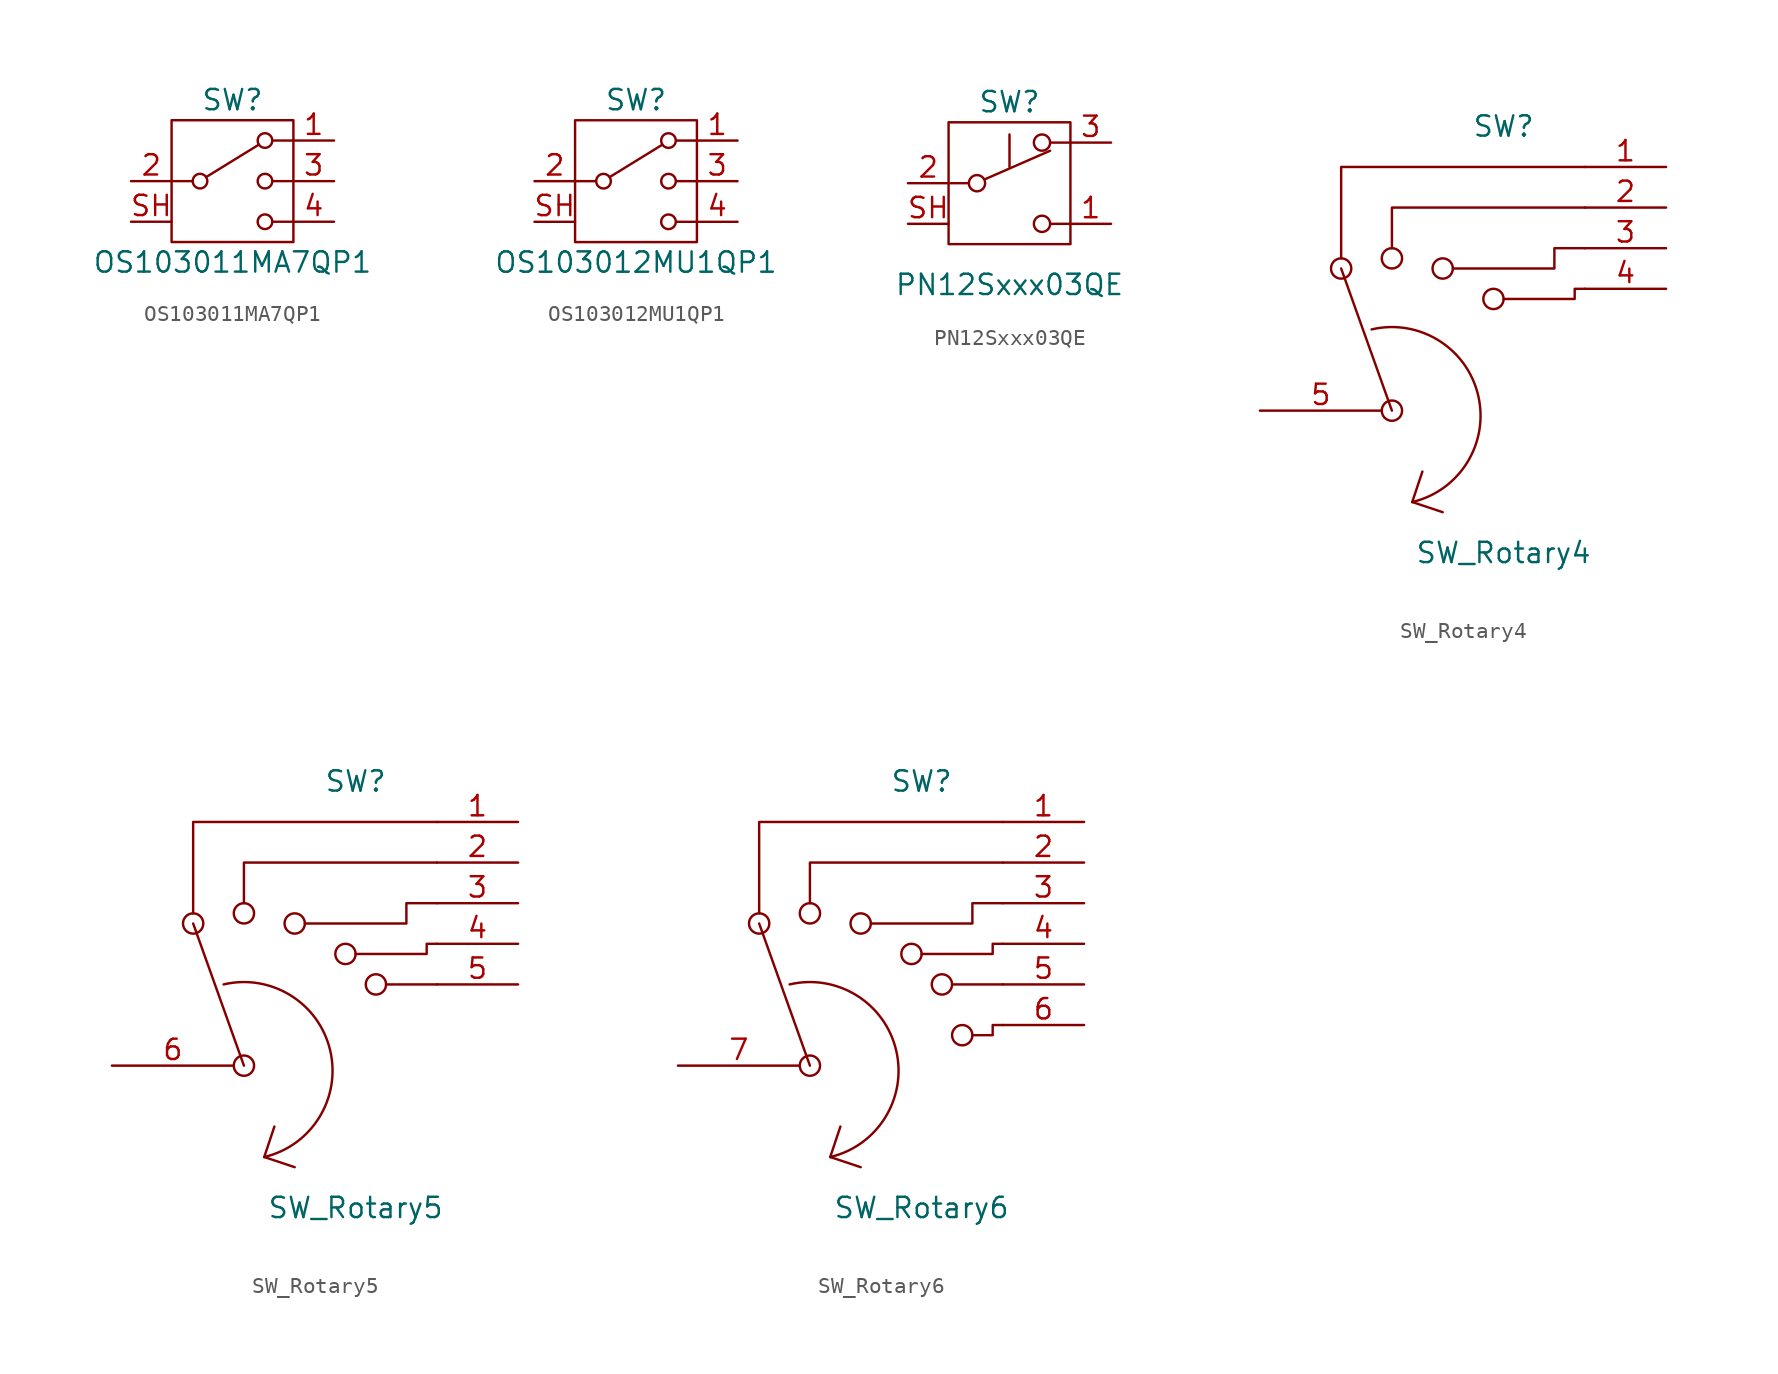
<source format=kicad_sym>
(kicad_symbol_lib
  (version 20231120)
  (generator "kicad_symbol_editor")
  (generator_version "8.0")
  (symbol "OS103011MA7QP1"
    (pin_names
      (offset 0) hide)
    (property "Reference" "SW"
      (at 0 5.08 0)
      (effects (font (size 1.27 1.27))))
    (property "Value" "OS103011MA7QP1"
      (at 0 -5.08 0)
      (effects (font (size 1.27 1.27))))
    (symbol "OS103011MA7QP1_0_1"
      (rectangle (start -3.81 3.81) (end 3.81 -3.81) (stroke (width 0) (type solid)) (fill (type none)))
      (circle (center -2.032 0) (radius 0.457) (stroke (width 0) (type solid)) (fill (type none)))
      (polyline (pts (xy -3.81 0) (xy -2.54 0)) (stroke (width 0) (type solid)) (fill (type none)))
      (polyline (pts (xy -1.651 0.254) (xy 1.651 2.286)) (stroke (width 0) (type solid)) (fill (type none)))
      (polyline (pts (xy 2.54 -2.54) (xy 3.81 -2.54)) (stroke (width 0) (type solid)) (fill (type none)))
      (polyline (pts (xy 2.54 0) (xy 3.81 0)) (stroke (width 0) (type solid)) (fill (type none)))
      (polyline (pts (xy 2.54 2.54) (xy 3.81 2.54)) (stroke (width 0) (type solid)) (fill (type none)))
      (circle (center 2.032 -2.54) (radius 0.457) (stroke (width 0) (type solid)) (fill (type none)))
      (circle (center 2.032 0) (radius 0.457) (stroke (width 0) (type solid)) (fill (type none)))
      (circle (center 2.032 2.54) (radius 0.457) (stroke (width 0) (type solid)) (fill (type none))))
    (symbol "OS103011MA7QP1_1_1"
      (pin passive line (at 6.35 2.54 180) (length 2.54) (name "1" (effects (font (size 1.27 1.27)))) (number "1" (effects (font (size 1.27 1.27)))))
      (pin passive line (at -6.35 0 0) (length 2.54) (name "2" (effects (font (size 1.27 1.27)))) (number "2" (effects (font (size 1.27 1.27)))))
      (pin passive line (at 6.35 0 180) (length 2.54) (name "3" (effects (font (size 1.27 1.27)))) (number "3" (effects (font (size 1.27 1.27)))))
      (pin passive line (at 6.35 -2.54 180) (length 2.54) (name "4" (effects (font (size 1.27 1.27)))) (number "4" (effects (font (size 1.27 1.27)))))
      (pin passive line (at -6.35 -2.54 0) (length 2.54) (name "~" (effects (font (size 1.27 1.27)))) (number "SH" (effects (font (size 1.27 1.27)))))))
  (symbol "OS103012MU1QP1"
    (pin_names
      (offset 0) hide)
    (property "Reference" "SW"
      (at 0 5.08 0)
      (effects (font (size 1.27 1.27))))
    (property "Value" "OS103012MU1QP1"
      (at 0 -5.08 0)
      (effects (font (size 1.27 1.27))))
    (symbol "OS103012MU1QP1_0_1"
      (rectangle (start -3.81 3.81) (end 3.81 -3.81) (stroke (width 0) (type solid)) (fill (type none)))
      (circle (center -2.032 0) (radius 0.457) (stroke (width 0) (type solid)) (fill (type none)))
      (polyline (pts (xy -3.81 0) (xy -2.54 0)) (stroke (width 0) (type solid)) (fill (type none)))
      (polyline (pts (xy -1.651 0.254) (xy 1.651 2.286)) (stroke (width 0) (type solid)) (fill (type none)))
      (polyline (pts (xy 2.54 -2.54) (xy 3.81 -2.54)) (stroke (width 0) (type solid)) (fill (type none)))
      (polyline (pts (xy 2.54 0) (xy 3.81 0)) (stroke (width 0) (type solid)) (fill (type none)))
      (polyline (pts (xy 2.54 2.54) (xy 3.81 2.54)) (stroke (width 0) (type solid)) (fill (type none)))
      (circle (center 2.032 -2.54) (radius 0.457) (stroke (width 0) (type solid)) (fill (type none)))
      (circle (center 2.032 0) (radius 0.457) (stroke (width 0) (type solid)) (fill (type none)))
      (circle (center 2.032 2.54) (radius 0.457) (stroke (width 0) (type solid)) (fill (type none))))
    (symbol "OS103012MU1QP1_1_1"
      (pin passive line (at 6.35 2.54 180) (length 2.54) (name "1" (effects (font (size 1.27 1.27)))) (number "1" (effects (font (size 1.27 1.27)))))
      (pin passive line (at -6.35 0 0) (length 2.54) (name "2" (effects (font (size 1.27 1.27)))) (number "2" (effects (font (size 1.27 1.27)))))
      (pin passive line (at 6.35 0 180) (length 2.54) (name "3" (effects (font (size 1.27 1.27)))) (number "3" (effects (font (size 1.27 1.27)))))
      (pin passive line (at 6.35 -2.54 180) (length 2.54) (name "4" (effects (font (size 1.27 1.27)))) (number "4" (effects (font (size 1.27 1.27)))))
      (pin passive line (at -6.35 -2.54 0) (length 2.54) (name "~" (effects (font (size 1.27 1.27)))) (number "SH" (effects (font (size 1.27 1.27)))))))
  (symbol "PN12Sxxx03QE"
    (pin_names
      (offset 0) hide)
    (property "Reference" "SW"
      (at 0 5.08 0)
      (effects (font (size 1.27 1.27))))
    (property "Value" "PN12Sxxx03QE"
      (at 0 -6.35 0)
      (effects (font (size 1.27 1.27))))
    (symbol "PN12Sxxx03QE_0_0"
      (circle (center -2.032 0) (radius 0.508) (stroke (width 0) (type solid)) (fill (type none)))
      (polyline (pts (xy 0 1.016) (xy 0 3.048)) (stroke (width 0) (type solid)) (fill (type none)))
      (circle (center 2.032 -2.54) (radius 0.508) (stroke (width 0) (type solid)) (fill (type none))))
    (symbol "PN12Sxxx03QE_0_1"
      (rectangle (start -3.81 3.81) (end 3.81 -3.81) (stroke (width 0) (type solid)) (fill (type none)))
      (polyline (pts (xy -3.81 0) (xy -2.54 0)) (stroke (width 0) (type solid)) (fill (type none)))
      (polyline (pts (xy -1.524 0.254) (xy 2.54 2.032)) (stroke (width 0) (type solid)) (fill (type none)))
      (polyline (pts (xy 3.81 -2.54) (xy 2.54 -2.54)) (stroke (width 0) (type solid)) (fill (type none)))
      (polyline (pts (xy 3.81 2.54) (xy 2.54 2.54)) (stroke (width 0) (type solid)) (fill (type none)))
      (circle (center 2.032 2.54) (radius 0.508) (stroke (width 0) (type solid)) (fill (type none))))
    (symbol "PN12Sxxx03QE_1_1"
      (pin passive line (at 6.35 -2.54 180) (length 2.54) (name "C" (effects (font (size 1.27 1.27)))) (number "1" (effects (font (size 1.27 1.27)))))
      (pin passive line (at -6.35 0 0) (length 2.54) (name "B" (effects (font (size 1.27 1.27)))) (number "2" (effects (font (size 1.27 1.27)))))
      (pin passive line (at 6.35 2.54 180) (length 2.54) (name "A" (effects (font (size 1.27 1.27)))) (number "3" (effects (font (size 1.27 1.27)))))
      (pin passive line (at -6.35 -2.54 0) (length 2.54) (name "~" (effects (font (size 1.27 1.27)))) (number "SH" (effects (font (size 1.27 1.27)))))))
  (symbol "SW_Rotary4"
    (pin_names
      (offset 1.016) hide)
    (property "Reference" "SW"
      (at 0 17.78 0)
      (effects (font (size 1.27 1.27))))
    (property "Value" "SW_Rotary4"
      (at 0 -8.89 0)
      (effects (font (size 1.27 1.27))))
    (symbol "SW_Rotary4_0_0"
      (circle (center -10.16 8.89) (radius 0.635) (stroke (width 0) (type solid)) (fill (type none)))
      (circle (center -6.985 0) (radius 0.635) (stroke (width 0) (type solid)) (fill (type none)))
      (circle (center -6.985 9.525) (radius 0.635) (stroke (width 0) (type solid)) (fill (type none)))
      (arc (start -5.715 -5.715) (mid -1.5995 0.937) (end -8.255 5.08) (stroke (width 0) (type solid)) (fill (type none)))
      (circle (center -3.81 8.89) (radius 0.635) (stroke (width 0) (type solid)) (fill (type none)))
      (circle (center -0.635 6.985) (radius 0.635) (stroke (width 0) (type solid)) (fill (type none)))
      (polyline (pts (xy -6.985 0) (xy -10.16 8.89)) (stroke (width 0) (type solid)) (fill (type none)))
      (polyline (pts (xy -5.715 -5.715) (xy -5.08 -3.81)) (stroke (width 0) (type solid)) (fill (type none)))
      (polyline (pts (xy -5.715 -5.715) (xy -3.81 -6.35)) (stroke (width 0) (type solid)) (fill (type none)))
      (polyline (pts (xy -10.16 9.525) (xy -10.16 15.24) (xy 5.08 15.24)) (stroke (width 0) (type solid)) (fill (type none)))
      (polyline (pts (xy -6.985 10.16) (xy -6.985 12.7) (xy 5.08 12.7)) (stroke (width 0) (type solid)) (fill (type none)))
      (polyline (pts (xy -3.175 8.89) (xy 3.175 8.89) (xy 3.175 10.16) (xy 5.08 10.16)) (stroke (width 0) (type solid)) (fill (type none)))
      (polyline (pts (xy 0 6.985) (xy 4.445 6.985) (xy 4.445 7.62) (xy 5.08 7.62)) (stroke (width 0) (type solid)) (fill (type none))))
    (symbol "SW_Rotary4_0_1"
      (pin passive line (at 10.16 15.24 180) (length 5.08) (name "1" (effects (font (size 1.27 1.27)))) (number "1" (effects (font (size 1.27 1.27)))))
      (pin passive line (at 10.16 12.7 180) (length 5.08) (name "2" (effects (font (size 1.27 1.27)))) (number "2" (effects (font (size 1.27 1.27)))))
      (pin passive line (at 10.16 10.16 180) (length 5.08) (name "3" (effects (font (size 1.27 1.27)))) (number "3" (effects (font (size 1.27 1.27)))))
      (pin passive line (at 10.16 7.62 180) (length 5.08) (name "4" (effects (font (size 1.27 1.27)))) (number "4" (effects (font (size 1.27 1.27)))))
      (pin passive line (at -15.24 0 0) (length 7.62) (name "5" (effects (font (size 1.27 1.27)))) (number "5" (effects (font (size 1.27 1.27)))))))
  (symbol "SW_Rotary5"
    (pin_names
      (offset 1.016) hide)
    (property "Reference" "SW"
      (at 0 17.78 0)
      (effects (font (size 1.27 1.27))))
    (property "Value" "SW_Rotary5"
      (at 0 -8.89 0)
      (effects (font (size 1.27 1.27))))
    (symbol "SW_Rotary5_0_0"
      (circle (center -10.16 8.89) (radius 0.635) (stroke (width 0) (type solid)) (fill (type none)))
      (circle (center -6.985 0) (radius 0.635) (stroke (width 0) (type solid)) (fill (type none)))
      (circle (center -6.985 9.525) (radius 0.635) (stroke (width 0) (type solid)) (fill (type none)))
      (arc (start -5.715 -5.715) (mid -1.5995 0.937) (end -8.255 5.08) (stroke (width 0) (type solid)) (fill (type none)))
      (circle (center -3.81 8.89) (radius 0.635) (stroke (width 0) (type solid)) (fill (type none)))
      (circle (center -0.635 6.985) (radius 0.635) (stroke (width 0) (type solid)) (fill (type none)))
      (polyline (pts (xy -6.985 0) (xy -10.16 8.89)) (stroke (width 0) (type solid)) (fill (type none)))
      (polyline (pts (xy -5.715 -5.715) (xy -5.08 -3.81)) (stroke (width 0) (type solid)) (fill (type none)))
      (polyline (pts (xy -5.715 -5.715) (xy -3.81 -6.35)) (stroke (width 0) (type solid)) (fill (type none)))
      (polyline (pts (xy 1.905 5.08) (xy 5.08 5.08)) (stroke (width 0) (type solid)) (fill (type none)))
      (polyline (pts (xy -10.16 9.525) (xy -10.16 15.24) (xy 5.08 15.24)) (stroke (width 0) (type solid)) (fill (type none)))
      (polyline (pts (xy -6.985 10.16) (xy -6.985 12.7) (xy 5.08 12.7)) (stroke (width 0) (type solid)) (fill (type none)))
      (polyline (pts (xy -3.175 8.89) (xy 3.175 8.89) (xy 3.175 10.16) (xy 5.08 10.16)) (stroke (width 0) (type solid)) (fill (type none)))
      (polyline (pts (xy 0 6.985) (xy 4.445 6.985) (xy 4.445 7.62) (xy 5.08 7.62)) (stroke (width 0) (type solid)) (fill (type none)))
      (circle (center 1.27 5.08) (radius 0.635) (stroke (width 0) (type solid)) (fill (type none))))
    (symbol "SW_Rotary5_0_1"
      (pin passive line (at 10.16 15.24 180) (length 5.08) (name "1" (effects (font (size 1.27 1.27)))) (number "1" (effects (font (size 1.27 1.27)))))
      (pin passive line (at 10.16 12.7 180) (length 5.08) (name "2" (effects (font (size 1.27 1.27)))) (number "2" (effects (font (size 1.27 1.27)))))
      (pin passive line (at 10.16 10.16 180) (length 5.08) (name "3" (effects (font (size 1.27 1.27)))) (number "3" (effects (font (size 1.27 1.27)))))
      (pin passive line (at 10.16 7.62 180) (length 5.08) (name "4" (effects (font (size 1.27 1.27)))) (number "4" (effects (font (size 1.27 1.27)))))
      (pin passive line (at 10.16 5.08 180) (length 5.08) (name "5" (effects (font (size 1.27 1.27)))) (number "5" (effects (font (size 1.27 1.27)))))
      (pin passive line (at -15.24 0 0) (length 7.62) (name "6" (effects (font (size 1.27 1.27)))) (number "6" (effects (font (size 1.27 1.27)))))))
  (symbol "SW_Rotary6"
    (pin_names
      (offset 1.016) hide)
    (property "Reference" "SW"
      (at 0 17.78 0)
      (effects (font (size 1.27 1.27))))
    (property "Value" "SW_Rotary6"
      (at 0 -8.89 0)
      (effects (font (size 1.27 1.27))))
    (symbol "SW_Rotary6_0_0"
      (circle (center -10.16 8.89) (radius 0.635) (stroke (width 0) (type solid)) (fill (type none)))
      (circle (center -6.985 0) (radius 0.635) (stroke (width 0) (type solid)) (fill (type none)))
      (circle (center -6.985 9.525) (radius 0.635) (stroke (width 0) (type solid)) (fill (type none)))
      (arc (start -5.715 -5.715) (mid -1.5995 0.937) (end -8.255 5.08) (stroke (width 0) (type solid)) (fill (type none)))
      (circle (center -3.81 8.89) (radius 0.635) (stroke (width 0) (type solid)) (fill (type none)))
      (circle (center -0.635 6.985) (radius 0.635) (stroke (width 0) (type solid)) (fill (type none)))
      (polyline (pts (xy -6.985 0) (xy -10.16 8.89)) (stroke (width 0) (type solid)) (fill (type none)))
      (polyline (pts (xy -5.715 -5.715) (xy -5.08 -3.81)) (stroke (width 0) (type solid)) (fill (type none)))
      (polyline (pts (xy -5.715 -5.715) (xy -3.81 -6.35)) (stroke (width 0) (type solid)) (fill (type none)))
      (polyline (pts (xy 1.905 5.08) (xy 5.08 5.08)) (stroke (width 0) (type solid)) (fill (type none)))
      (polyline (pts (xy -10.16 9.525) (xy -10.16 15.24) (xy 5.08 15.24)) (stroke (width 0) (type solid)) (fill (type none)))
      (polyline (pts (xy -6.985 10.16) (xy -6.985 12.7) (xy 5.08 12.7)) (stroke (width 0) (type solid)) (fill (type none)))
      (polyline (pts (xy -3.175 8.89) (xy 3.175 8.89) (xy 3.175 10.16) (xy 5.08 10.16)) (stroke (width 0) (type solid)) (fill (type none)))
      (polyline (pts (xy 0 6.985) (xy 4.445 6.985) (xy 4.445 7.62) (xy 5.08 7.62)) (stroke (width 0) (type solid)) (fill (type none)))
      (polyline (pts (xy 3.175 1.905) (xy 4.445 1.905) (xy 4.445 2.54) (xy 5.08 2.54)) (stroke (width 0) (type solid)) (fill (type none)))
      (circle (center 1.27 5.08) (radius 0.635) (stroke (width 0) (type solid)) (fill (type none)))
      (circle (center 2.54 1.905) (radius 0.635) (stroke (width 0) (type solid)) (fill (type none))))
    (symbol "SW_Rotary6_0_1"
      (pin passive line (at 10.16 15.24 180) (length 5.08) (name "1" (effects (font (size 1.27 1.27)))) (number "1" (effects (font (size 1.27 1.27)))))
      (pin passive line (at 10.16 12.7 180) (length 5.08) (name "2" (effects (font (size 1.27 1.27)))) (number "2" (effects (font (size 1.27 1.27)))))
      (pin passive line (at 10.16 10.16 180) (length 5.08) (name "3" (effects (font (size 1.27 1.27)))) (number "3" (effects (font (size 1.27 1.27)))))
      (pin passive line (at 10.16 7.62 180) (length 5.08) (name "4" (effects (font (size 1.27 1.27)))) (number "4" (effects (font (size 1.27 1.27)))))
      (pin passive line (at 10.16 5.08 180) (length 5.08) (name "5" (effects (font (size 1.27 1.27)))) (number "5" (effects (font (size 1.27 1.27)))))
      (pin passive line (at 10.16 2.54 180) (length 5.08) (name "6" (effects (font (size 1.27 1.27)))) (number "6" (effects (font (size 1.27 1.27)))))
      (pin passive line (at -15.24 0 0) (length 7.62) (name "7" (effects (font (size 1.27 1.27)))) (number "7" (effects (font (size 1.27 1.27))))))))
</source>
